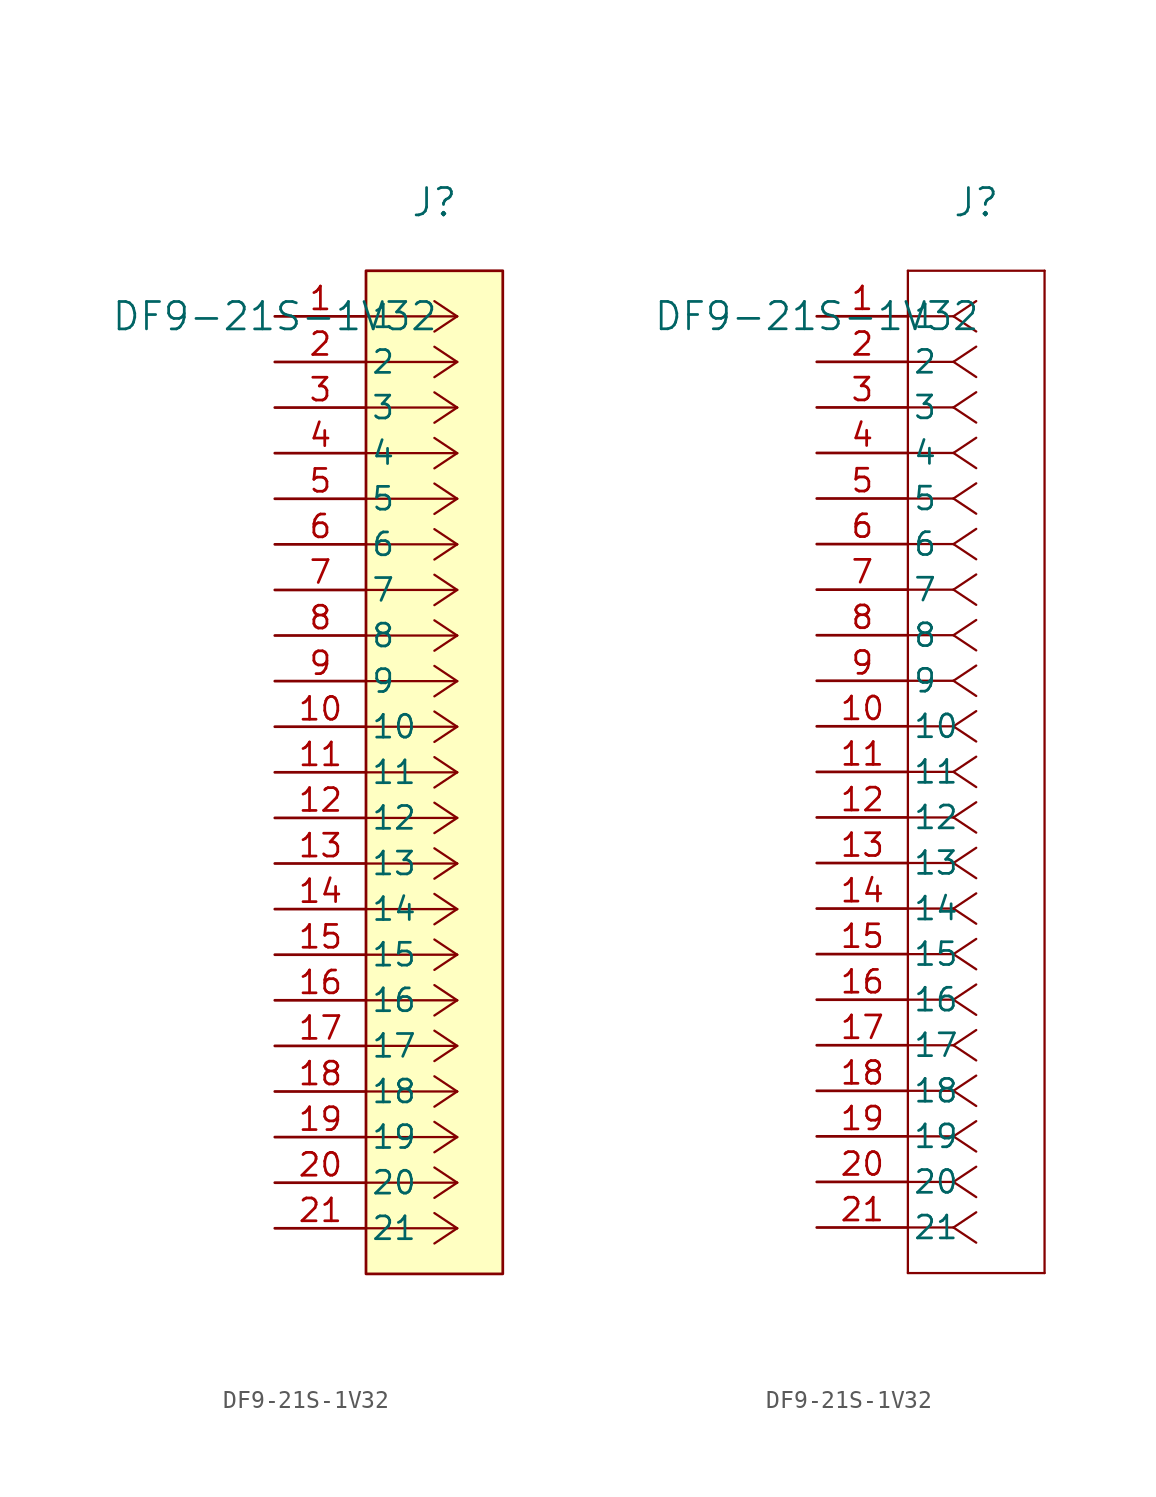
<source format=kicad_sym>
(kicad_symbol_lib
  (version 20241209)
  (generator "kicad_symbol_editor")
  (generator_version "9.0")
  (symbol "DF9-21S-1V32"
    (pin_names
      (offset 0.254))
    (property "Reference" "J"
      (at 8.89 6.35 0)
      (effects (font (size 1.524 1.524))))
    (property "Value" "DF9-21S-1V32"
      (at 0 0 0)
      (effects (font (size 1.524 1.524))))
    (symbol "DF9-21S-1V32_1_1"
      (rectangle (start 5.08 2.54) (end 12.7 -53.34) (stroke (width 0) (type solid)) (fill (type background)))
      (polyline (pts (xy 10.16 0) (xy 5.08 0)) (stroke (width 0.127) (type default)) (fill (type none)))
      (polyline (pts (xy 10.16 0) (xy 8.89 0.847)) (stroke (width 0.127) (type default)) (fill (type none)))
      (polyline (pts (xy 10.16 0) (xy 8.89 -0.847)) (stroke (width 0.127) (type default)) (fill (type none)))
      (polyline (pts (xy 10.16 -2.54) (xy 5.08 -2.54)) (stroke (width 0.127) (type default)) (fill (type none)))
      (polyline (pts (xy 10.16 -2.54) (xy 8.89 -1.693)) (stroke (width 0.127) (type default)) (fill (type none)))
      (polyline (pts (xy 10.16 -2.54) (xy 8.89 -3.387)) (stroke (width 0.127) (type default)) (fill (type none)))
      (polyline (pts (xy 10.16 -5.08) (xy 5.08 -5.08)) (stroke (width 0.127) (type default)) (fill (type none)))
      (polyline (pts (xy 10.16 -5.08) (xy 8.89 -4.233)) (stroke (width 0.127) (type default)) (fill (type none)))
      (polyline (pts (xy 10.16 -5.08) (xy 8.89 -5.927)) (stroke (width 0.127) (type default)) (fill (type none)))
      (polyline (pts (xy 10.16 -7.62) (xy 5.08 -7.62)) (stroke (width 0.127) (type default)) (fill (type none)))
      (polyline (pts (xy 10.16 -7.62) (xy 8.89 -6.773)) (stroke (width 0.127) (type default)) (fill (type none)))
      (polyline (pts (xy 10.16 -7.62) (xy 8.89 -8.467)) (stroke (width 0.127) (type default)) (fill (type none)))
      (polyline (pts (xy 10.16 -10.16) (xy 5.08 -10.16)) (stroke (width 0.127) (type default)) (fill (type none)))
      (polyline (pts (xy 10.16 -10.16) (xy 8.89 -9.313)) (stroke (width 0.127) (type default)) (fill (type none)))
      (polyline (pts (xy 10.16 -10.16) (xy 8.89 -11.007)) (stroke (width 0.127) (type default)) (fill (type none)))
      (polyline (pts (xy 10.16 -12.7) (xy 5.08 -12.7)) (stroke (width 0.127) (type default)) (fill (type none)))
      (polyline (pts (xy 10.16 -12.7) (xy 8.89 -11.853)) (stroke (width 0.127) (type default)) (fill (type none)))
      (polyline (pts (xy 10.16 -12.7) (xy 8.89 -13.547)) (stroke (width 0.127) (type default)) (fill (type none)))
      (polyline (pts (xy 10.16 -15.24) (xy 5.08 -15.24)) (stroke (width 0.127) (type default)) (fill (type none)))
      (polyline (pts (xy 10.16 -15.24) (xy 8.89 -14.393)) (stroke (width 0.127) (type default)) (fill (type none)))
      (polyline (pts (xy 10.16 -15.24) (xy 8.89 -16.087)) (stroke (width 0.127) (type default)) (fill (type none)))
      (polyline (pts (xy 10.16 -17.78) (xy 5.08 -17.78)) (stroke (width 0.127) (type default)) (fill (type none)))
      (polyline (pts (xy 10.16 -17.78) (xy 8.89 -16.933)) (stroke (width 0.127) (type default)) (fill (type none)))
      (polyline (pts (xy 10.16 -17.78) (xy 8.89 -18.627)) (stroke (width 0.127) (type default)) (fill (type none)))
      (polyline (pts (xy 10.16 -20.32) (xy 5.08 -20.32)) (stroke (width 0.127) (type default)) (fill (type none)))
      (polyline (pts (xy 10.16 -20.32) (xy 8.89 -19.473)) (stroke (width 0.127) (type default)) (fill (type none)))
      (polyline (pts (xy 10.16 -20.32) (xy 8.89 -21.167)) (stroke (width 0.127) (type default)) (fill (type none)))
      (polyline (pts (xy 10.16 -22.86) (xy 5.08 -22.86)) (stroke (width 0.127) (type default)) (fill (type none)))
      (polyline (pts (xy 10.16 -22.86) (xy 8.89 -22.013)) (stroke (width 0.127) (type default)) (fill (type none)))
      (polyline (pts (xy 10.16 -22.86) (xy 8.89 -23.707)) (stroke (width 0.127) (type default)) (fill (type none)))
      (polyline (pts (xy 10.16 -25.4) (xy 5.08 -25.4)) (stroke (width 0.127) (type default)) (fill (type none)))
      (polyline (pts (xy 10.16 -25.4) (xy 8.89 -24.553)) (stroke (width 0.127) (type default)) (fill (type none)))
      (polyline (pts (xy 10.16 -25.4) (xy 8.89 -26.247)) (stroke (width 0.127) (type default)) (fill (type none)))
      (polyline (pts (xy 10.16 -27.94) (xy 5.08 -27.94)) (stroke (width 0.127) (type default)) (fill (type none)))
      (polyline (pts (xy 10.16 -27.94) (xy 8.89 -27.093)) (stroke (width 0.127) (type default)) (fill (type none)))
      (polyline (pts (xy 10.16 -27.94) (xy 8.89 -28.787)) (stroke (width 0.127) (type default)) (fill (type none)))
      (polyline (pts (xy 10.16 -30.48) (xy 5.08 -30.48)) (stroke (width 0.127) (type default)) (fill (type none)))
      (polyline (pts (xy 10.16 -30.48) (xy 8.89 -29.633)) (stroke (width 0.127) (type default)) (fill (type none)))
      (polyline (pts (xy 10.16 -30.48) (xy 8.89 -31.327)) (stroke (width 0.127) (type default)) (fill (type none)))
      (polyline (pts (xy 10.16 -33.02) (xy 5.08 -33.02)) (stroke (width 0.127) (type default)) (fill (type none)))
      (polyline (pts (xy 10.16 -33.02) (xy 8.89 -32.173)) (stroke (width 0.127) (type default)) (fill (type none)))
      (polyline (pts (xy 10.16 -33.02) (xy 8.89 -33.867)) (stroke (width 0.127) (type default)) (fill (type none)))
      (polyline (pts (xy 10.16 -35.56) (xy 5.08 -35.56)) (stroke (width 0.127) (type default)) (fill (type none)))
      (polyline (pts (xy 10.16 -35.56) (xy 8.89 -34.713)) (stroke (width 0.127) (type default)) (fill (type none)))
      (polyline (pts (xy 10.16 -35.56) (xy 8.89 -36.407)) (stroke (width 0.127) (type default)) (fill (type none)))
      (polyline (pts (xy 10.16 -38.1) (xy 5.08 -38.1)) (stroke (width 0.127) (type default)) (fill (type none)))
      (polyline (pts (xy 10.16 -38.1) (xy 8.89 -37.253)) (stroke (width 0.127) (type default)) (fill (type none)))
      (polyline (pts (xy 10.16 -38.1) (xy 8.89 -38.947)) (stroke (width 0.127) (type default)) (fill (type none)))
      (polyline (pts (xy 10.16 -40.64) (xy 5.08 -40.64)) (stroke (width 0.127) (type default)) (fill (type none)))
      (polyline (pts (xy 10.16 -40.64) (xy 8.89 -39.793)) (stroke (width 0.127) (type default)) (fill (type none)))
      (polyline (pts (xy 10.16 -40.64) (xy 8.89 -41.487)) (stroke (width 0.127) (type default)) (fill (type none)))
      (polyline (pts (xy 10.16 -43.18) (xy 5.08 -43.18)) (stroke (width 0.127) (type default)) (fill (type none)))
      (polyline (pts (xy 10.16 -43.18) (xy 8.89 -42.333)) (stroke (width 0.127) (type default)) (fill (type none)))
      (polyline (pts (xy 10.16 -43.18) (xy 8.89 -44.027)) (stroke (width 0.127) (type default)) (fill (type none)))
      (polyline (pts (xy 10.16 -45.72) (xy 5.08 -45.72)) (stroke (width 0.127) (type default)) (fill (type none)))
      (polyline (pts (xy 10.16 -45.72) (xy 8.89 -44.873)) (stroke (width 0.127) (type default)) (fill (type none)))
      (polyline (pts (xy 10.16 -45.72) (xy 8.89 -46.567)) (stroke (width 0.127) (type default)) (fill (type none)))
      (polyline (pts (xy 10.16 -48.26) (xy 5.08 -48.26)) (stroke (width 0.127) (type default)) (fill (type none)))
      (polyline (pts (xy 10.16 -48.26) (xy 8.89 -47.413)) (stroke (width 0.127) (type default)) (fill (type none)))
      (polyline (pts (xy 10.16 -48.26) (xy 8.89 -49.107)) (stroke (width 0.127) (type default)) (fill (type none)))
      (polyline (pts (xy 10.16 -50.8) (xy 5.08 -50.8)) (stroke (width 0.127) (type default)) (fill (type none)))
      (polyline (pts (xy 10.16 -50.8) (xy 8.89 -49.953)) (stroke (width 0.127) (type default)) (fill (type none)))
      (polyline (pts (xy 10.16 -50.8) (xy 8.89 -51.647)) (stroke (width 0.127) (type default)) (fill (type none)))
      (pin unspecified line (at 0 0 0) (length 5.08) (name "1" (effects (font (size 1.27 1.27)))) (number "1" (effects (font (size 1.27 1.27)))))
      (pin unspecified line (at 0 -2.54 0) (length 5.08) (name "2" (effects (font (size 1.27 1.27)))) (number "2" (effects (font (size 1.27 1.27)))))
      (pin unspecified line (at 0 -5.08 0) (length 5.08) (name "3" (effects (font (size 1.27 1.27)))) (number "3" (effects (font (size 1.27 1.27)))))
      (pin unspecified line (at 0 -7.62 0) (length 5.08) (name "4" (effects (font (size 1.27 1.27)))) (number "4" (effects (font (size 1.27 1.27)))))
      (pin unspecified line (at 0 -10.16 0) (length 5.08) (name "5" (effects (font (size 1.27 1.27)))) (number "5" (effects (font (size 1.27 1.27)))))
      (pin unspecified line (at 0 -12.7 0) (length 5.08) (name "6" (effects (font (size 1.27 1.27)))) (number "6" (effects (font (size 1.27 1.27)))))
      (pin unspecified line (at 0 -15.24 0) (length 5.08) (name "7" (effects (font (size 1.27 1.27)))) (number "7" (effects (font (size 1.27 1.27)))))
      (pin unspecified line (at 0 -17.78 0) (length 5.08) (name "8" (effects (font (size 1.27 1.27)))) (number "8" (effects (font (size 1.27 1.27)))))
      (pin unspecified line (at 0 -20.32 0) (length 5.08) (name "9" (effects (font (size 1.27 1.27)))) (number "9" (effects (font (size 1.27 1.27)))))
      (pin unspecified line (at 0 -22.86 0) (length 5.08) (name "10" (effects (font (size 1.27 1.27)))) (number "10" (effects (font (size 1.27 1.27)))))
      (pin unspecified line (at 0 -25.4 0) (length 5.08) (name "11" (effects (font (size 1.27 1.27)))) (number "11" (effects (font (size 1.27 1.27)))))
      (pin unspecified line (at 0 -27.94 0) (length 5.08) (name "12" (effects (font (size 1.27 1.27)))) (number "12" (effects (font (size 1.27 1.27)))))
      (pin unspecified line (at 0 -30.48 0) (length 5.08) (name "13" (effects (font (size 1.27 1.27)))) (number "13" (effects (font (size 1.27 1.27)))))
      (pin unspecified line (at 0 -33.02 0) (length 5.08) (name "14" (effects (font (size 1.27 1.27)))) (number "14" (effects (font (size 1.27 1.27)))))
      (pin unspecified line (at 0 -35.56 0) (length 5.08) (name "15" (effects (font (size 1.27 1.27)))) (number "15" (effects (font (size 1.27 1.27)))))
      (pin unspecified line (at 0 -38.1 0) (length 5.08) (name "16" (effects (font (size 1.27 1.27)))) (number "16" (effects (font (size 1.27 1.27)))))
      (pin unspecified line (at 0 -40.64 0) (length 5.08) (name "17" (effects (font (size 1.27 1.27)))) (number "17" (effects (font (size 1.27 1.27)))))
      (pin unspecified line (at 0 -43.18 0) (length 5.08) (name "18" (effects (font (size 1.27 1.27)))) (number "18" (effects (font (size 1.27 1.27)))))
      (pin unspecified line (at 0 -45.72 0) (length 5.08) (name "19" (effects (font (size 1.27 1.27)))) (number "19" (effects (font (size 1.27 1.27)))))
      (pin unspecified line (at 0 -48.26 0) (length 5.08) (name "20" (effects (font (size 1.27 1.27)))) (number "20" (effects (font (size 1.27 1.27)))))
      (pin unspecified line (at 0 -50.8 0) (length 5.08) (name "21" (effects (font (size 1.27 1.27)))) (number "21" (effects (font (size 1.27 1.27))))))
    (symbol "DF9-21S-1V32_1_2"
      (polyline (pts (xy 5.08 2.54) (xy 5.08 -53.34)) (stroke (width 0.127) (type default)) (fill (type none)))
      (polyline (pts (xy 5.08 -53.34) (xy 12.7 -53.34)) (stroke (width 0.127) (type default)) (fill (type none)))
      (polyline (pts (xy 7.62 0) (xy 5.08 0)) (stroke (width 0.127) (type default)) (fill (type none)))
      (polyline (pts (xy 7.62 0) (xy 8.89 0.847)) (stroke (width 0.127) (type default)) (fill (type none)))
      (polyline (pts (xy 7.62 0) (xy 8.89 -0.847)) (stroke (width 0.127) (type default)) (fill (type none)))
      (polyline (pts (xy 7.62 -2.54) (xy 5.08 -2.54)) (stroke (width 0.127) (type default)) (fill (type none)))
      (polyline (pts (xy 7.62 -2.54) (xy 8.89 -1.693)) (stroke (width 0.127) (type default)) (fill (type none)))
      (polyline (pts (xy 7.62 -2.54) (xy 8.89 -3.387)) (stroke (width 0.127) (type default)) (fill (type none)))
      (polyline (pts (xy 7.62 -5.08) (xy 5.08 -5.08)) (stroke (width 0.127) (type default)) (fill (type none)))
      (polyline (pts (xy 7.62 -5.08) (xy 8.89 -4.233)) (stroke (width 0.127) (type default)) (fill (type none)))
      (polyline (pts (xy 7.62 -5.08) (xy 8.89 -5.927)) (stroke (width 0.127) (type default)) (fill (type none)))
      (polyline (pts (xy 7.62 -7.62) (xy 5.08 -7.62)) (stroke (width 0.127) (type default)) (fill (type none)))
      (polyline (pts (xy 7.62 -7.62) (xy 8.89 -6.773)) (stroke (width 0.127) (type default)) (fill (type none)))
      (polyline (pts (xy 7.62 -7.62) (xy 8.89 -8.467)) (stroke (width 0.127) (type default)) (fill (type none)))
      (polyline (pts (xy 7.62 -10.16) (xy 5.08 -10.16)) (stroke (width 0.127) (type default)) (fill (type none)))
      (polyline (pts (xy 7.62 -10.16) (xy 8.89 -9.313)) (stroke (width 0.127) (type default)) (fill (type none)))
      (polyline (pts (xy 7.62 -10.16) (xy 8.89 -11.007)) (stroke (width 0.127) (type default)) (fill (type none)))
      (polyline (pts (xy 7.62 -12.7) (xy 5.08 -12.7)) (stroke (width 0.127) (type default)) (fill (type none)))
      (polyline (pts (xy 7.62 -12.7) (xy 8.89 -11.853)) (stroke (width 0.127) (type default)) (fill (type none)))
      (polyline (pts (xy 7.62 -12.7) (xy 8.89 -13.547)) (stroke (width 0.127) (type default)) (fill (type none)))
      (polyline (pts (xy 7.62 -15.24) (xy 5.08 -15.24)) (stroke (width 0.127) (type default)) (fill (type none)))
      (polyline (pts (xy 7.62 -15.24) (xy 8.89 -14.393)) (stroke (width 0.127) (type default)) (fill (type none)))
      (polyline (pts (xy 7.62 -15.24) (xy 8.89 -16.087)) (stroke (width 0.127) (type default)) (fill (type none)))
      (polyline (pts (xy 7.62 -17.78) (xy 5.08 -17.78)) (stroke (width 0.127) (type default)) (fill (type none)))
      (polyline (pts (xy 7.62 -17.78) (xy 8.89 -16.933)) (stroke (width 0.127) (type default)) (fill (type none)))
      (polyline (pts (xy 7.62 -17.78) (xy 8.89 -18.627)) (stroke (width 0.127) (type default)) (fill (type none)))
      (polyline (pts (xy 7.62 -20.32) (xy 5.08 -20.32)) (stroke (width 0.127) (type default)) (fill (type none)))
      (polyline (pts (xy 7.62 -20.32) (xy 8.89 -19.473)) (stroke (width 0.127) (type default)) (fill (type none)))
      (polyline (pts (xy 7.62 -20.32) (xy 8.89 -21.167)) (stroke (width 0.127) (type default)) (fill (type none)))
      (polyline (pts (xy 7.62 -22.86) (xy 5.08 -22.86)) (stroke (width 0.127) (type default)) (fill (type none)))
      (polyline (pts (xy 7.62 -22.86) (xy 8.89 -22.013)) (stroke (width 0.127) (type default)) (fill (type none)))
      (polyline (pts (xy 7.62 -22.86) (xy 8.89 -23.707)) (stroke (width 0.127) (type default)) (fill (type none)))
      (polyline (pts (xy 7.62 -25.4) (xy 5.08 -25.4)) (stroke (width 0.127) (type default)) (fill (type none)))
      (polyline (pts (xy 7.62 -25.4) (xy 8.89 -24.553)) (stroke (width 0.127) (type default)) (fill (type none)))
      (polyline (pts (xy 7.62 -25.4) (xy 8.89 -26.247)) (stroke (width 0.127) (type default)) (fill (type none)))
      (polyline (pts (xy 7.62 -27.94) (xy 5.08 -27.94)) (stroke (width 0.127) (type default)) (fill (type none)))
      (polyline (pts (xy 7.62 -27.94) (xy 8.89 -27.093)) (stroke (width 0.127) (type default)) (fill (type none)))
      (polyline (pts (xy 7.62 -27.94) (xy 8.89 -28.787)) (stroke (width 0.127) (type default)) (fill (type none)))
      (polyline (pts (xy 7.62 -30.48) (xy 5.08 -30.48)) (stroke (width 0.127) (type default)) (fill (type none)))
      (polyline (pts (xy 7.62 -30.48) (xy 8.89 -29.633)) (stroke (width 0.127) (type default)) (fill (type none)))
      (polyline (pts (xy 7.62 -30.48) (xy 8.89 -31.327)) (stroke (width 0.127) (type default)) (fill (type none)))
      (polyline (pts (xy 7.62 -33.02) (xy 5.08 -33.02)) (stroke (width 0.127) (type default)) (fill (type none)))
      (polyline (pts (xy 7.62 -33.02) (xy 8.89 -32.173)) (stroke (width 0.127) (type default)) (fill (type none)))
      (polyline (pts (xy 7.62 -33.02) (xy 8.89 -33.867)) (stroke (width 0.127) (type default)) (fill (type none)))
      (polyline (pts (xy 7.62 -35.56) (xy 5.08 -35.56)) (stroke (width 0.127) (type default)) (fill (type none)))
      (polyline (pts (xy 7.62 -35.56) (xy 8.89 -34.713)) (stroke (width 0.127) (type default)) (fill (type none)))
      (polyline (pts (xy 7.62 -35.56) (xy 8.89 -36.407)) (stroke (width 0.127) (type default)) (fill (type none)))
      (polyline (pts (xy 7.62 -38.1) (xy 5.08 -38.1)) (stroke (width 0.127) (type default)) (fill (type none)))
      (polyline (pts (xy 7.62 -38.1) (xy 8.89 -37.253)) (stroke (width 0.127) (type default)) (fill (type none)))
      (polyline (pts (xy 7.62 -38.1) (xy 8.89 -38.947)) (stroke (width 0.127) (type default)) (fill (type none)))
      (polyline (pts (xy 7.62 -40.64) (xy 5.08 -40.64)) (stroke (width 0.127) (type default)) (fill (type none)))
      (polyline (pts (xy 7.62 -40.64) (xy 8.89 -39.793)) (stroke (width 0.127) (type default)) (fill (type none)))
      (polyline (pts (xy 7.62 -40.64) (xy 8.89 -41.487)) (stroke (width 0.127) (type default)) (fill (type none)))
      (polyline (pts (xy 7.62 -43.18) (xy 5.08 -43.18)) (stroke (width 0.127) (type default)) (fill (type none)))
      (polyline (pts (xy 7.62 -43.18) (xy 8.89 -42.333)) (stroke (width 0.127) (type default)) (fill (type none)))
      (polyline (pts (xy 7.62 -43.18) (xy 8.89 -44.027)) (stroke (width 0.127) (type default)) (fill (type none)))
      (polyline (pts (xy 7.62 -45.72) (xy 5.08 -45.72)) (stroke (width 0.127) (type default)) (fill (type none)))
      (polyline (pts (xy 7.62 -45.72) (xy 8.89 -44.873)) (stroke (width 0.127) (type default)) (fill (type none)))
      (polyline (pts (xy 7.62 -45.72) (xy 8.89 -46.567)) (stroke (width 0.127) (type default)) (fill (type none)))
      (polyline (pts (xy 7.62 -48.26) (xy 5.08 -48.26)) (stroke (width 0.127) (type default)) (fill (type none)))
      (polyline (pts (xy 7.62 -48.26) (xy 8.89 -47.413)) (stroke (width 0.127) (type default)) (fill (type none)))
      (polyline (pts (xy 7.62 -48.26) (xy 8.89 -49.107)) (stroke (width 0.127) (type default)) (fill (type none)))
      (polyline (pts (xy 7.62 -50.8) (xy 5.08 -50.8)) (stroke (width 0.127) (type default)) (fill (type none)))
      (polyline (pts (xy 7.62 -50.8) (xy 8.89 -49.953)) (stroke (width 0.127) (type default)) (fill (type none)))
      (polyline (pts (xy 7.62 -50.8) (xy 8.89 -51.647)) (stroke (width 0.127) (type default)) (fill (type none)))
      (polyline (pts (xy 12.7 2.54) (xy 5.08 2.54)) (stroke (width 0.127) (type default)) (fill (type none)))
      (polyline (pts (xy 12.7 -53.34) (xy 12.7 2.54)) (stroke (width 0.127) (type default)) (fill (type none)))
      (pin unspecified line (at 0 0 0) (length 5.08) (name "1" (effects (font (size 1.27 1.27)))) (number "1" (effects (font (size 1.27 1.27)))))
      (pin unspecified line (at 0 -2.54 0) (length 5.08) (name "2" (effects (font (size 1.27 1.27)))) (number "2" (effects (font (size 1.27 1.27)))))
      (pin unspecified line (at 0 -5.08 0) (length 5.08) (name "3" (effects (font (size 1.27 1.27)))) (number "3" (effects (font (size 1.27 1.27)))))
      (pin unspecified line (at 0 -7.62 0) (length 5.08) (name "4" (effects (font (size 1.27 1.27)))) (number "4" (effects (font (size 1.27 1.27)))))
      (pin unspecified line (at 0 -10.16 0) (length 5.08) (name "5" (effects (font (size 1.27 1.27)))) (number "5" (effects (font (size 1.27 1.27)))))
      (pin unspecified line (at 0 -12.7 0) (length 5.08) (name "6" (effects (font (size 1.27 1.27)))) (number "6" (effects (font (size 1.27 1.27)))))
      (pin unspecified line (at 0 -15.24 0) (length 5.08) (name "7" (effects (font (size 1.27 1.27)))) (number "7" (effects (font (size 1.27 1.27)))))
      (pin unspecified line (at 0 -17.78 0) (length 5.08) (name "8" (effects (font (size 1.27 1.27)))) (number "8" (effects (font (size 1.27 1.27)))))
      (pin unspecified line (at 0 -20.32 0) (length 5.08) (name "9" (effects (font (size 1.27 1.27)))) (number "9" (effects (font (size 1.27 1.27)))))
      (pin unspecified line (at 0 -22.86 0) (length 5.08) (name "10" (effects (font (size 1.27 1.27)))) (number "10" (effects (font (size 1.27 1.27)))))
      (pin unspecified line (at 0 -25.4 0) (length 5.08) (name "11" (effects (font (size 1.27 1.27)))) (number "11" (effects (font (size 1.27 1.27)))))
      (pin unspecified line (at 0 -27.94 0) (length 5.08) (name "12" (effects (font (size 1.27 1.27)))) (number "12" (effects (font (size 1.27 1.27)))))
      (pin unspecified line (at 0 -30.48 0) (length 5.08) (name "13" (effects (font (size 1.27 1.27)))) (number "13" (effects (font (size 1.27 1.27)))))
      (pin unspecified line (at 0 -33.02 0) (length 5.08) (name "14" (effects (font (size 1.27 1.27)))) (number "14" (effects (font (size 1.27 1.27)))))
      (pin unspecified line (at 0 -35.56 0) (length 5.08) (name "15" (effects (font (size 1.27 1.27)))) (number "15" (effects (font (size 1.27 1.27)))))
      (pin unspecified line (at 0 -38.1 0) (length 5.08) (name "16" (effects (font (size 1.27 1.27)))) (number "16" (effects (font (size 1.27 1.27)))))
      (pin unspecified line (at 0 -40.64 0) (length 5.08) (name "17" (effects (font (size 1.27 1.27)))) (number "17" (effects (font (size 1.27 1.27)))))
      (pin unspecified line (at 0 -43.18 0) (length 5.08) (name "18" (effects (font (size 1.27 1.27)))) (number "18" (effects (font (size 1.27 1.27)))))
      (pin unspecified line (at 0 -45.72 0) (length 5.08) (name "19" (effects (font (size 1.27 1.27)))) (number "19" (effects (font (size 1.27 1.27)))))
      (pin unspecified line (at 0 -48.26 0) (length 5.08) (name "20" (effects (font (size 1.27 1.27)))) (number "20" (effects (font (size 1.27 1.27)))))
      (pin unspecified line (at 0 -50.8 0) (length 5.08) (name "21" (effects (font (size 1.27 1.27)))) (number "21" (effects (font (size 1.27 1.27))))))))
</source>
